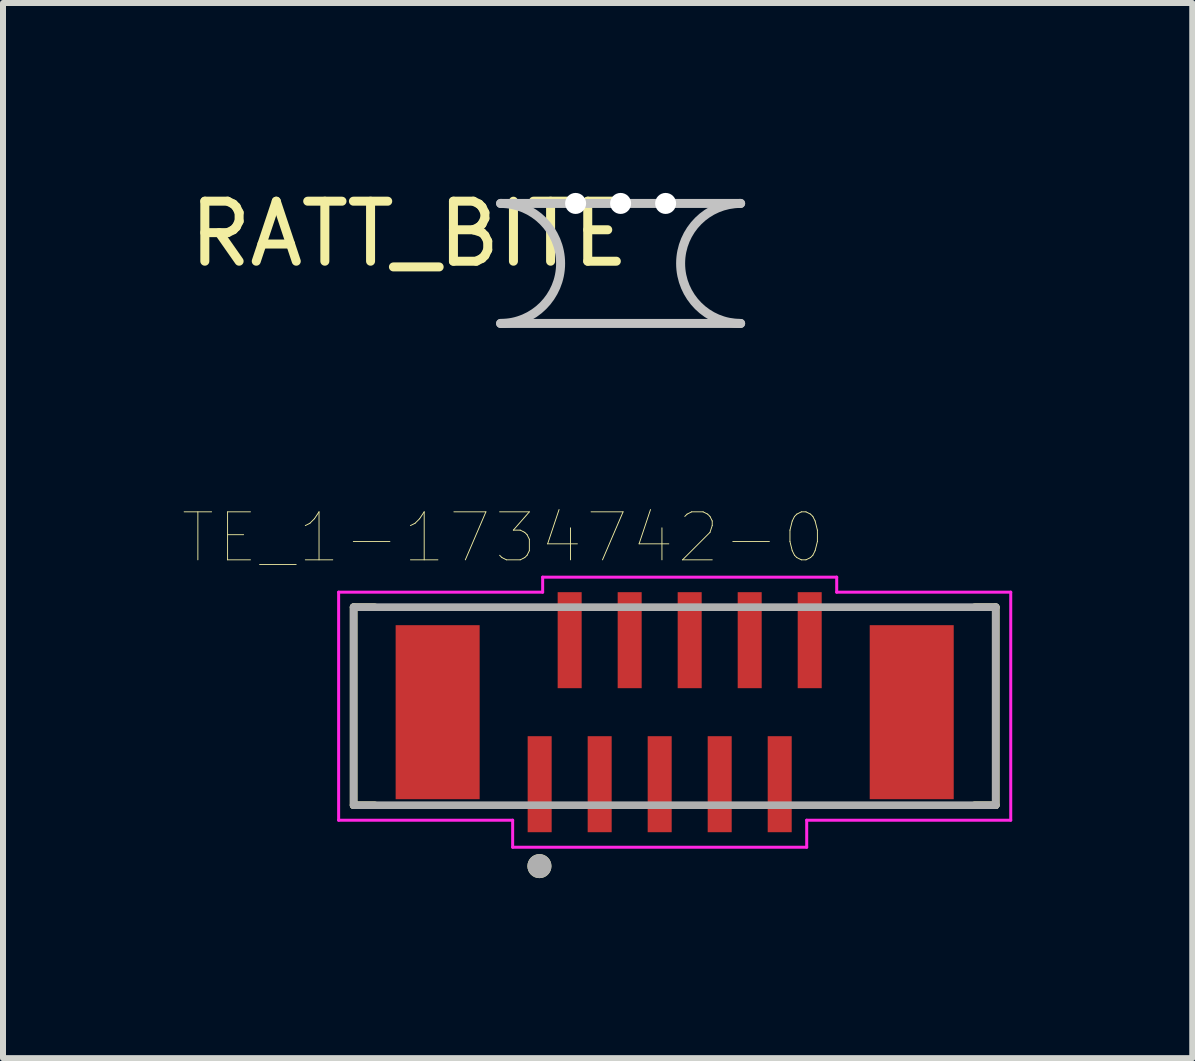
<source format=kicad_pcb>
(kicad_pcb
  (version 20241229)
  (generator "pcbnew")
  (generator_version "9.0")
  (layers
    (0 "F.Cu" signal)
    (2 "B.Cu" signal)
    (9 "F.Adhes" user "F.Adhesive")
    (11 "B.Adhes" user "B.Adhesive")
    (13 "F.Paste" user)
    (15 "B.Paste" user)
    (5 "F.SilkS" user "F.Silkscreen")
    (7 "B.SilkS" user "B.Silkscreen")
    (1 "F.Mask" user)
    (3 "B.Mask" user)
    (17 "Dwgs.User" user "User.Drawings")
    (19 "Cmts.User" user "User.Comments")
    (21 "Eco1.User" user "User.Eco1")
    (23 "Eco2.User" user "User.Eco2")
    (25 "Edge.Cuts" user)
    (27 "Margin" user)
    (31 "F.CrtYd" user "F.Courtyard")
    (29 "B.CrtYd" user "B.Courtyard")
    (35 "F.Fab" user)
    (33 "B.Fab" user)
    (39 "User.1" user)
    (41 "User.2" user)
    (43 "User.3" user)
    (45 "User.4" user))
  (footprint "RATT_BITE"
    (layer "F.Cu")
    (at 5.292 0.34)
    (property "Reference" "RATT_BITE" (at -1.524 0.508 0) (layer "F.SilkS") (effects (font (size 1 1) (thickness 0.15))))
    (attr through_hole)
    (fp_line (start 0 0) (end 4 0) (stroke (width 0.15) (type solid)) (layer "Dwgs.User"))
    (fp_line (start 0 2) (end 4 2) (stroke (width 0.15) (type solid)) (layer "Dwgs.User"))
    (fp_arc (start 0 0) (mid 1 1) (end 0 2) (stroke (width 0.15) (type solid)) (layer "Dwgs.User"))
    (fp_arc (start 4 2) (mid 3 1) (end 4 0) (stroke (width 0.15) (type solid)) (layer "Dwgs.User"))
    (pad "" np_thru_hole circle (at 1.25 0) (size 0.35 0.35) (drill 0.35) (layers "*.Cu" "*.Mask"))
    (pad "" np_thru_hole circle (at 2 0) (size 0.35 0.35) (drill 0.35) (layers "*.Cu" "*.Mask"))
    (pad "" np_thru_hole circle (at 2.75 0) (size 0.35 0.35) (drill 0.35) (layers "*.Cu" "*.Mask")))
  (footprint "TE_1-1734742-0"
    (layer "F.Cu")
    (at 8.193 8.818)
    (property "Reference" "TE_1-1734742-0" (at -2.86 -2.908 0) (layer "F.SilkS") (effects (font (size 0.8 0.8) (thickness 0.015))))
    (attr through_hole)
    (fp_line (start -5.35 -1.75) (end -5.35 1.55) (stroke (width 0.127) (type solid)) (layer "F.SilkS"))
    (fp_line (start -5.35 1.55) (end -5 1.55) (stroke (width 0.127) (type solid)) (layer "F.SilkS"))
    (fp_line (start -5 -1.75) (end -5.35 -1.75) (stroke (width 0.127) (type solid)) (layer "F.SilkS"))
    (fp_line (start 5 -1.75) (end 5.35 -1.75) (stroke (width 0.127) (type solid)) (layer "F.SilkS"))
    (fp_line (start 5.35 -1.75) (end 5.35 1.55) (stroke (width 0.127) (type solid)) (layer "F.SilkS"))
    (fp_line (start 5.35 1.55) (end 5 1.55) (stroke (width 0.127) (type solid)) (layer "F.SilkS"))
    (fp_circle (center -2.254 2.565) (end -2.154 2.565) (stroke (width 0.2) (type solid)) (fill no) (layer "F.SilkS"))
    (fp_line (start -5.6 -2) (end -2.2 -2) (stroke (width 0.05) (type solid)) (layer "F.CrtYd"))
    (fp_line (start -5.6 1.8) (end -5.6 -2) (stroke (width 0.05) (type solid)) (layer "F.CrtYd"))
    (fp_line (start -2.7 1.8) (end -5.6 1.8) (stroke (width 0.05) (type solid)) (layer "F.CrtYd"))
    (fp_line (start -2.7 2.25) (end -2.7 1.8) (stroke (width 0.05) (type solid)) (layer "F.CrtYd"))
    (fp_line (start -2.2 -2.25) (end 2.7 -2.25) (stroke (width 0.05) (type solid)) (layer "F.CrtYd"))
    (fp_line (start -2.2 -2) (end -2.2 -2.25) (stroke (width 0.05) (type solid)) (layer "F.CrtYd"))
    (fp_line (start 2.2 1.8) (end 2.2 2.25) (stroke (width 0.05) (type solid)) (layer "F.CrtYd"))
    (fp_line (start 2.2 2.25) (end -2.7 2.25) (stroke (width 0.05) (type solid)) (layer "F.CrtYd"))
    (fp_line (start 2.7 -2.25) (end 2.7 -2) (stroke (width 0.05) (type solid)) (layer "F.CrtYd"))
    (fp_line (start 2.7 -2) (end 5.6 -2) (stroke (width 0.05) (type solid)) (layer "F.CrtYd"))
    (fp_line (start 5.6 -2) (end 5.6 1.8) (stroke (width 0.05) (type solid)) (layer "F.CrtYd"))
    (fp_line (start 5.6 1.8) (end 2.2 1.8) (stroke (width 0.05) (type solid)) (layer "F.CrtYd"))
    (fp_line (start -5.35 -1.75) (end 5.35 -1.75) (stroke (width 0.127) (type solid)) (layer "F.Fab"))
    (fp_line (start -5.35 1.55) (end -5.35 -1.75) (stroke (width 0.127) (type solid)) (layer "F.Fab"))
    (fp_line (start 5.35 -1.75) (end 5.35 1.55) (stroke (width 0.127) (type solid)) (layer "F.Fab"))
    (fp_line (start 5.35 1.55) (end -5.35 1.55) (stroke (width 0.127) (type solid)) (layer "F.Fab"))
    (fp_circle (center -2.254 2.565) (end -2.154 2.565) (stroke (width 0.2) (type solid)) (fill no) (layer "F.Fab"))
    (pad "1" smd rect (at -2.25 1.2) (size 0.4 1.6) (layers "F.Cu" "F.Mask" "F.Paste"))
    (pad "2" smd rect (at -1.75 -1.2) (size 0.4 1.6) (layers "F.Cu" "F.Mask" "F.Paste"))
    (pad "3" smd rect (at -1.25 1.2) (size 0.4 1.6) (layers "F.Cu" "F.Mask" "F.Paste"))
    (pad "4" smd rect (at -0.75 -1.2) (size 0.4 1.6) (layers "F.Cu" "F.Mask" "F.Paste"))
    (pad "5" smd rect (at -0.25 1.2) (size 0.4 1.6) (layers "F.Cu" "F.Mask" "F.Paste"))
    (pad "6" smd rect (at 0.25 -1.2) (size 0.4 1.6) (layers "F.Cu" "F.Mask" "F.Paste"))
    (pad "7" smd rect (at 0.75 1.2) (size 0.4 1.6) (layers "F.Cu" "F.Mask" "F.Paste"))
    (pad "8" smd rect (at 1.25 -1.2) (size 0.4 1.6) (layers "F.Cu" "F.Mask" "F.Paste"))
    (pad "9" smd rect (at 1.75 1.2) (size 0.4 1.6) (layers "F.Cu" "F.Mask" "F.Paste"))
    (pad "10" smd rect (at 2.25 -1.2) (size 0.4 1.6) (layers "F.Cu" "F.Mask" "F.Paste"))
    (pad "S1" smd rect (at -3.95 0) (size 1.4 2.9) (layers "F.Cu" "F.Mask" "F.Paste"))
    (pad "S2" smd rect (at 3.95 0) (size 1.4 2.9) (layers "F.Cu" "F.Mask" "F.Paste")))
  (gr_rect
    (start -3 -3)
    (end 16.818 14.583)
    (stroke (width 0.1) (type default))
    (fill no)
    (layer "Edge.Cuts")))
</source>
